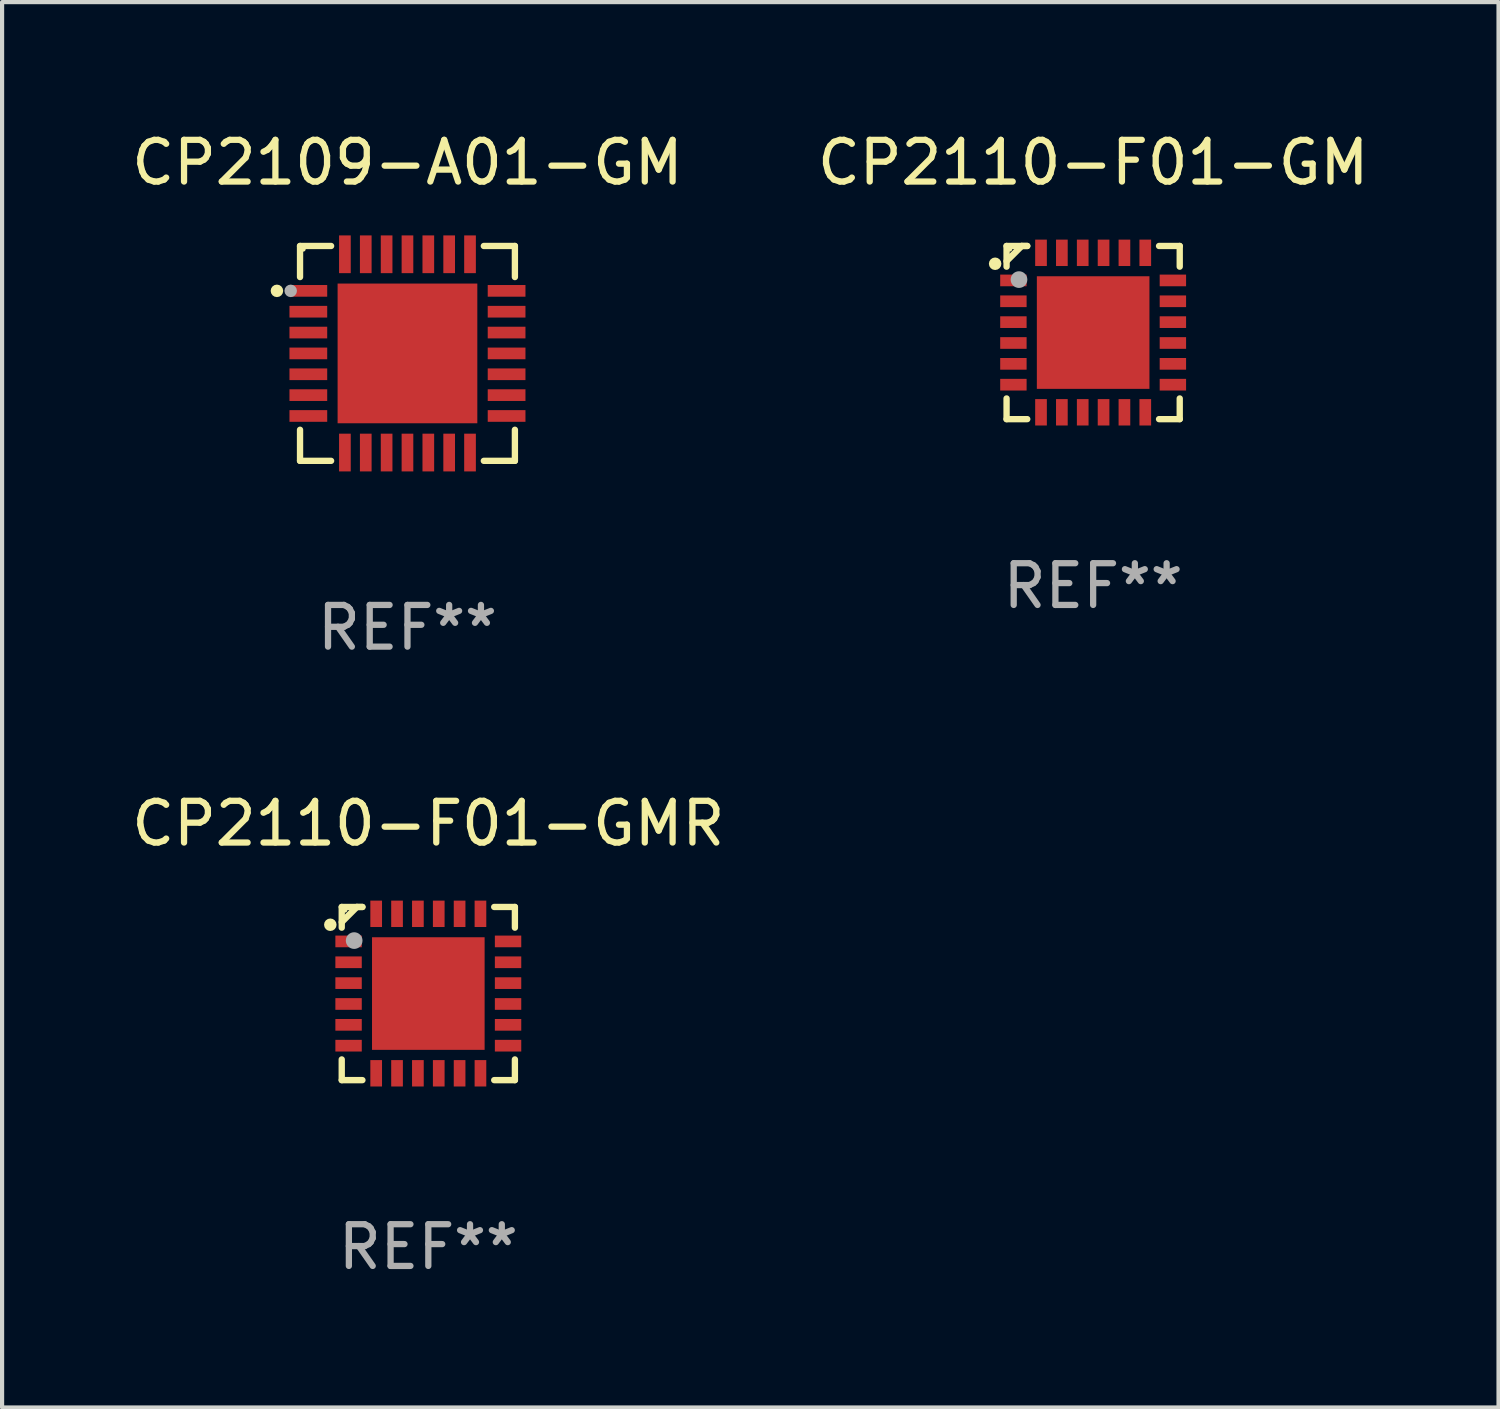
<source format=kicad_pcb>
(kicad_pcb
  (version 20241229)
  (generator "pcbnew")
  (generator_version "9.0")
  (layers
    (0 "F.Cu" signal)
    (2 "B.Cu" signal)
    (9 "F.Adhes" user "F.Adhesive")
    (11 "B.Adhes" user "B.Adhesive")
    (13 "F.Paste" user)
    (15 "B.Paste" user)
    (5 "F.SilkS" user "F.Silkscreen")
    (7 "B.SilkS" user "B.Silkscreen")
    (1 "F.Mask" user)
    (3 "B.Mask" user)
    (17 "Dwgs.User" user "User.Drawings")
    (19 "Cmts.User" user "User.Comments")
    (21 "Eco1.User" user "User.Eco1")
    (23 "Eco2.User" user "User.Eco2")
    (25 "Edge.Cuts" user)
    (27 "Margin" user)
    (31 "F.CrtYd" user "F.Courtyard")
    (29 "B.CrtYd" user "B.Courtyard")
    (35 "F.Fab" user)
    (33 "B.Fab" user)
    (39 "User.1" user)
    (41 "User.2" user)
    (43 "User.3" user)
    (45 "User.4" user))
  (footprint "CP2109-A01-GM"
    (layer "F.Cu")
    (at 6.72 5.424)
    (property "Reference" "CP2109-A01-GM" (at 0 -4.576 0) (layer "F.SilkS") (effects (font (size 1 1) (thickness 0.15))))
    (attr through_hole)
    (fp_line (start -2.576 -2.576) (end -2.576 -1.831) (stroke (width 0.152) (type solid)) (layer "F.SilkS"))
    (fp_line (start -2.576 2.576) (end -2.576 1.831) (stroke (width 0.152) (type solid)) (layer "F.SilkS"))
    (fp_line (start -1.831 -2.576) (end -2.576 -2.576) (stroke (width 0.152) (type solid)) (layer "F.SilkS"))
    (fp_line (start -1.831 2.576) (end -2.576 2.576) (stroke (width 0.152) (type solid)) (layer "F.SilkS"))
    (fp_line (start 1.831 -2.576) (end 2.576 -2.576) (stroke (width 0.152) (type solid)) (layer "F.SilkS"))
    (fp_line (start 1.831 2.576) (end 2.576 2.576) (stroke (width 0.152) (type solid)) (layer "F.SilkS"))
    (fp_line (start 2.576 -2.576) (end 2.576 -1.831) (stroke (width 0.152) (type solid)) (layer "F.SilkS"))
    (fp_line (start 2.576 2.576) (end 2.576 1.831) (stroke (width 0.152) (type solid)) (layer "F.SilkS"))
    (fp_circle (center -3.13 -1.5) (end -3.055 -1.5) (stroke (width 0.15) (type solid)) (fill no) (layer "F.SilkS"))
    (fp_circle (center -2.5 -2.5) (end -2.47 -2.5) (stroke (width 0.06) (type solid)) (fill no) (layer "F.SilkS"))
    (fp_circle (center -2.8 -1.5) (end -2.725 -1.5) (stroke (width 0.15) (type solid)) (fill no) (layer "F.Fab"))
    (fp_text user "REF**" (at 0 6.576 0) (layer "F.Fab") (effects (font (size 1 1) (thickness 0.15))))
    (pad "1" smd rect (at -2.377 -1.5) (size 0.905 0.28) (layers "F.Cu" "F.Mask" "F.Paste"))
    (pad "2" smd rect (at -2.377 -1) (size 0.905 0.28) (layers "F.Cu" "F.Mask" "F.Paste"))
    (pad "3" smd rect (at -2.377 -0.5) (size 0.905 0.28) (layers "F.Cu" "F.Mask" "F.Paste"))
    (pad "4" smd rect (at -2.377 0) (size 0.905 0.28) (layers "F.Cu" "F.Mask" "F.Paste"))
    (pad "5" smd rect (at -2.377 0.5) (size 0.905 0.28) (layers "F.Cu" "F.Mask" "F.Paste"))
    (pad "6" smd rect (at -2.377 1) (size 0.905 0.28) (layers "F.Cu" "F.Mask" "F.Paste"))
    (pad "7" smd rect (at -2.377 1.5) (size 0.905 0.28) (layers "F.Cu" "F.Mask" "F.Paste"))
    (pad "8" smd rect (at -1.5 2.377) (size 0.28 0.905) (layers "F.Cu" "F.Mask" "F.Paste"))
    (pad "9" smd rect (at -1 2.377) (size 0.28 0.905) (layers "F.Cu" "F.Mask" "F.Paste"))
    (pad "10" smd rect (at -0.5 2.377) (size 0.28 0.905) (layers "F.Cu" "F.Mask" "F.Paste"))
    (pad "11" smd rect (at 0 2.377) (size 0.28 0.905) (layers "F.Cu" "F.Mask" "F.Paste"))
    (pad "12" smd rect (at 0.5 2.377) (size 0.28 0.905) (layers "F.Cu" "F.Mask" "F.Paste"))
    (pad "13" smd rect (at 1 2.377) (size 0.28 0.905) (layers "F.Cu" "F.Mask" "F.Paste"))
    (pad "14" smd rect (at 1.5 2.377) (size 0.28 0.905) (layers "F.Cu" "F.Mask" "F.Paste"))
    (pad "15" smd rect (at 2.377 1.5) (size 0.905 0.28) (layers "F.Cu" "F.Mask" "F.Paste"))
    (pad "16" smd rect (at 2.377 1) (size 0.905 0.28) (layers "F.Cu" "F.Mask" "F.Paste"))
    (pad "17" smd rect (at 2.377 0.5) (size 0.905 0.28) (layers "F.Cu" "F.Mask" "F.Paste"))
    (pad "18" smd rect (at 2.377 0) (size 0.905 0.28) (layers "F.Cu" "F.Mask" "F.Paste"))
    (pad "19" smd rect (at 2.377 -0.5) (size 0.905 0.28) (layers "F.Cu" "F.Mask" "F.Paste"))
    (pad "20" smd rect (at 2.377 -1) (size 0.905 0.28) (layers "F.Cu" "F.Mask" "F.Paste"))
    (pad "21" smd rect (at 2.377 -1.5) (size 0.905 0.28) (layers "F.Cu" "F.Mask" "F.Paste"))
    (pad "22" smd rect (at 1.5 -2.377) (size 0.28 0.905) (layers "F.Cu" "F.Mask" "F.Paste"))
    (pad "23" smd rect (at 1 -2.377) (size 0.28 0.905) (layers "F.Cu" "F.Mask" "F.Paste"))
    (pad "24" smd rect (at 0.5 -2.377) (size 0.28 0.905) (layers "F.Cu" "F.Mask" "F.Paste"))
    (pad "25" smd rect (at 0 -2.377) (size 0.28 0.905) (layers "F.Cu" "F.Mask" "F.Paste"))
    (pad "26" smd rect (at -0.5 -2.377) (size 0.28 0.905) (layers "F.Cu" "F.Mask" "F.Paste"))
    (pad "27" smd rect (at -1 -2.377) (size 0.28 0.905) (layers "F.Cu" "F.Mask" "F.Paste"))
    (pad "28" smd rect (at -1.5 -2.377) (size 0.28 0.905) (layers "F.Cu" "F.Mask" "F.Paste"))
    (pad "29" smd rect (at 0 0) (size 3.35 3.35) (layers "F.Cu" "F.Mask" "F.Paste")))
  (footprint "CP2110-F01-GM"
    (layer "F.Cu")
    (at 23.161 4.924)
    (property "Reference" "CP2110-F01-GM" (at 0 -4.076 0) (layer "F.SilkS") (effects (font (size 1 1) (thickness 0.15))))
    (attr through_hole)
    (fp_line (start -2.076 -2.076) (end -2.076 -1.58) (stroke (width 0.152) (type solid)) (layer "F.SilkS"))
    (fp_line (start -2.076 2.076) (end -2.076 1.58) (stroke (width 0.152) (type solid)) (layer "F.SilkS"))
    (fp_line (start -1.713 -2.076) (end -2.076 -1.713) (stroke (width 0.152) (type solid)) (layer "F.SilkS"))
    (fp_line (start -1.58 -2.076) (end -2.076 -2.076) (stroke (width 0.152) (type solid)) (layer "F.SilkS"))
    (fp_line (start -1.58 -2.076) (end -1.713 -2.076) (stroke (width 0.152) (type solid)) (layer "F.SilkS"))
    (fp_line (start -1.58 2.076) (end -2.076 2.076) (stroke (width 0.152) (type solid)) (layer "F.SilkS"))
    (fp_line (start 1.58 -2.076) (end 2.076 -2.076) (stroke (width 0.152) (type solid)) (layer "F.SilkS"))
    (fp_line (start 1.58 2.076) (end 2.076 2.076) (stroke (width 0.152) (type solid)) (layer "F.SilkS"))
    (fp_line (start 2.076 -2.076) (end 2.076 -1.58) (stroke (width 0.152) (type solid)) (layer "F.SilkS"))
    (fp_line (start 2.076 2.076) (end 2.076 1.58) (stroke (width 0.152) (type solid)) (layer "F.SilkS"))
    (fp_circle (center -2.35 -1.65) (end -2.275 -1.65) (stroke (width 0.15) (type solid)) (fill no) (layer "F.SilkS"))
    (fp_circle (center -2 -2) (end -1.97 -2) (stroke (width 0.06) (type solid)) (fill no) (layer "F.SilkS"))
    (fp_circle (center -1.778 -1.27) (end -1.678 -1.27) (stroke (width 0.2) (type solid)) (fill no) (layer "F.Fab"))
    (fp_text user "REF**" (at 0 6.076 0) (layer "F.Fab") (effects (font (size 1 1) (thickness 0.15))))
    (pad "1" smd rect (at -1.912 -1.25) (size 0.633 0.28) (layers "F.Cu" "F.Mask" "F.Paste"))
    (pad "2" smd rect (at -1.912 -0.75) (size 0.633 0.28) (layers "F.Cu" "F.Mask" "F.Paste"))
    (pad "3" smd rect (at -1.912 -0.25) (size 0.633 0.28) (layers "F.Cu" "F.Mask" "F.Paste"))
    (pad "4" smd rect (at -1.912 0.25) (size 0.633 0.28) (layers "F.Cu" "F.Mask" "F.Paste"))
    (pad "5" smd rect (at -1.912 0.75) (size 0.633 0.28) (layers "F.Cu" "F.Mask" "F.Paste"))
    (pad "6" smd rect (at -1.912 1.25) (size 0.633 0.28) (layers "F.Cu" "F.Mask" "F.Paste"))
    (pad "7" smd rect (at -1.25 1.912) (size 0.28 0.633) (layers "F.Cu" "F.Mask" "F.Paste"))
    (pad "8" smd rect (at -0.75 1.912) (size 0.28 0.633) (layers "F.Cu" "F.Mask" "F.Paste"))
    (pad "9" smd rect (at -0.25 1.912) (size 0.28 0.633) (layers "F.Cu" "F.Mask" "F.Paste"))
    (pad "10" smd rect (at 0.25 1.912) (size 0.28 0.633) (layers "F.Cu" "F.Mask" "F.Paste"))
    (pad "11" smd rect (at 0.75 1.912) (size 0.28 0.633) (layers "F.Cu" "F.Mask" "F.Paste"))
    (pad "12" smd rect (at 1.25 1.912) (size 0.28 0.633) (layers "F.Cu" "F.Mask" "F.Paste"))
    (pad "13" smd rect (at 1.912 1.25) (size 0.633 0.28) (layers "F.Cu" "F.Mask" "F.Paste"))
    (pad "14" smd rect (at 1.912 0.75) (size 0.633 0.28) (layers "F.Cu" "F.Mask" "F.Paste"))
    (pad "15" smd rect (at 1.912 0.25) (size 0.633 0.28) (layers "F.Cu" "F.Mask" "F.Paste"))
    (pad "16" smd rect (at 1.912 -0.25) (size 0.633 0.28) (layers "F.Cu" "F.Mask" "F.Paste"))
    (pad "17" smd rect (at 1.912 -0.75) (size 0.633 0.28) (layers "F.Cu" "F.Mask" "F.Paste"))
    (pad "18" smd rect (at 1.912 -1.25) (size 0.633 0.28) (layers "F.Cu" "F.Mask" "F.Paste"))
    (pad "19" smd rect (at 1.25 -1.912) (size 0.28 0.633) (layers "F.Cu" "F.Mask" "F.Paste"))
    (pad "20" smd rect (at 0.75 -1.912) (size 0.28 0.633) (layers "F.Cu" "F.Mask" "F.Paste"))
    (pad "21" smd rect (at 0.25 -1.912) (size 0.28 0.633) (layers "F.Cu" "F.Mask" "F.Paste"))
    (pad "22" smd rect (at -0.25 -1.912) (size 0.28 0.633) (layers "F.Cu" "F.Mask" "F.Paste"))
    (pad "23" smd rect (at -0.75 -1.912) (size 0.28 0.633) (layers "F.Cu" "F.Mask" "F.Paste"))
    (pad "24" smd rect (at -1.25 -1.912) (size 0.28 0.633) (layers "F.Cu" "F.Mask" "F.Paste"))
    (pad "25" smd rect (at 0 0) (size 2.7 2.7) (layers "F.Cu" "F.Mask" "F.Paste")))
  (footprint "CP2110-F01-GMR"
    (layer "F.Cu")
    (at 7.22 20.773)
    (property "Reference" "CP2110-F01-GMR" (at 0 -4.076 0) (layer "F.SilkS") (effects (font (size 1 1) (thickness 0.15))))
    (attr through_hole)
    (fp_line (start -2.076 -2.076) (end -2.076 -1.58) (stroke (width 0.152) (type solid)) (layer "F.SilkS"))
    (fp_line (start -2.076 2.076) (end -2.076 1.58) (stroke (width 0.152) (type solid)) (layer "F.SilkS"))
    (fp_line (start -1.713 -2.076) (end -2.076 -1.713) (stroke (width 0.152) (type solid)) (layer "F.SilkS"))
    (fp_line (start -1.58 -2.076) (end -2.076 -2.076) (stroke (width 0.152) (type solid)) (layer "F.SilkS"))
    (fp_line (start -1.58 -2.076) (end -1.713 -2.076) (stroke (width 0.152) (type solid)) (layer "F.SilkS"))
    (fp_line (start -1.58 2.076) (end -2.076 2.076) (stroke (width 0.152) (type solid)) (layer "F.SilkS"))
    (fp_line (start 1.58 -2.076) (end 2.076 -2.076) (stroke (width 0.152) (type solid)) (layer "F.SilkS"))
    (fp_line (start 1.58 2.076) (end 2.076 2.076) (stroke (width 0.152) (type solid)) (layer "F.SilkS"))
    (fp_line (start 2.076 -2.076) (end 2.076 -1.58) (stroke (width 0.152) (type solid)) (layer "F.SilkS"))
    (fp_line (start 2.076 2.076) (end 2.076 1.58) (stroke (width 0.152) (type solid)) (layer "F.SilkS"))
    (fp_circle (center -2.35 -1.65) (end -2.275 -1.65) (stroke (width 0.15) (type solid)) (fill no) (layer "F.SilkS"))
    (fp_circle (center -2 -2) (end -1.97 -2) (stroke (width 0.06) (type solid)) (fill no) (layer "F.SilkS"))
    (fp_circle (center -1.778 -1.27) (end -1.678 -1.27) (stroke (width 0.2) (type solid)) (fill no) (layer "F.Fab"))
    (fp_text user "REF**" (at 0 6.076 0) (layer "F.Fab") (effects (font (size 1 1) (thickness 0.15))))
    (pad "1" smd rect (at -1.912 -1.25) (size 0.633 0.28) (layers "F.Cu" "F.Mask" "F.Paste"))
    (pad "2" smd rect (at -1.912 -0.75) (size 0.633 0.28) (layers "F.Cu" "F.Mask" "F.Paste"))
    (pad "3" smd rect (at -1.912 -0.25) (size 0.633 0.28) (layers "F.Cu" "F.Mask" "F.Paste"))
    (pad "4" smd rect (at -1.912 0.25) (size 0.633 0.28) (layers "F.Cu" "F.Mask" "F.Paste"))
    (pad "5" smd rect (at -1.912 0.75) (size 0.633 0.28) (layers "F.Cu" "F.Mask" "F.Paste"))
    (pad "6" smd rect (at -1.912 1.25) (size 0.633 0.28) (layers "F.Cu" "F.Mask" "F.Paste"))
    (pad "7" smd rect (at -1.25 1.912) (size 0.28 0.633) (layers "F.Cu" "F.Mask" "F.Paste"))
    (pad "8" smd rect (at -0.75 1.912) (size 0.28 0.633) (layers "F.Cu" "F.Mask" "F.Paste"))
    (pad "9" smd rect (at -0.25 1.912) (size 0.28 0.633) (layers "F.Cu" "F.Mask" "F.Paste"))
    (pad "10" smd rect (at 0.25 1.912) (size 0.28 0.633) (layers "F.Cu" "F.Mask" "F.Paste"))
    (pad "11" smd rect (at 0.75 1.912) (size 0.28 0.633) (layers "F.Cu" "F.Mask" "F.Paste"))
    (pad "12" smd rect (at 1.25 1.912) (size 0.28 0.633) (layers "F.Cu" "F.Mask" "F.Paste"))
    (pad "13" smd rect (at 1.912 1.25) (size 0.633 0.28) (layers "F.Cu" "F.Mask" "F.Paste"))
    (pad "14" smd rect (at 1.912 0.75) (size 0.633 0.28) (layers "F.Cu" "F.Mask" "F.Paste"))
    (pad "15" smd rect (at 1.912 0.25) (size 0.633 0.28) (layers "F.Cu" "F.Mask" "F.Paste"))
    (pad "16" smd rect (at 1.912 -0.25) (size 0.633 0.28) (layers "F.Cu" "F.Mask" "F.Paste"))
    (pad "17" smd rect (at 1.912 -0.75) (size 0.633 0.28) (layers "F.Cu" "F.Mask" "F.Paste"))
    (pad "18" smd rect (at 1.912 -1.25) (size 0.633 0.28) (layers "F.Cu" "F.Mask" "F.Paste"))
    (pad "19" smd rect (at 1.25 -1.912) (size 0.28 0.633) (layers "F.Cu" "F.Mask" "F.Paste"))
    (pad "20" smd rect (at 0.75 -1.912) (size 0.28 0.633) (layers "F.Cu" "F.Mask" "F.Paste"))
    (pad "21" smd rect (at 0.25 -1.912) (size 0.28 0.633) (layers "F.Cu" "F.Mask" "F.Paste"))
    (pad "22" smd rect (at -0.25 -1.912) (size 0.28 0.633) (layers "F.Cu" "F.Mask" "F.Paste"))
    (pad "23" smd rect (at -0.75 -1.912) (size 0.28 0.633) (layers "F.Cu" "F.Mask" "F.Paste"))
    (pad "24" smd rect (at -1.25 -1.912) (size 0.28 0.633) (layers "F.Cu" "F.Mask" "F.Paste"))
    (pad "25" smd rect (at 0 0) (size 2.7 2.7) (layers "F.Cu" "F.Mask" "F.Paste")))
  (gr_rect
    (start -3 -3)
    (end 32.881 30.698)
    (stroke (width 0.1) (type default))
    (fill no)
    (layer "Edge.Cuts")))
</source>
